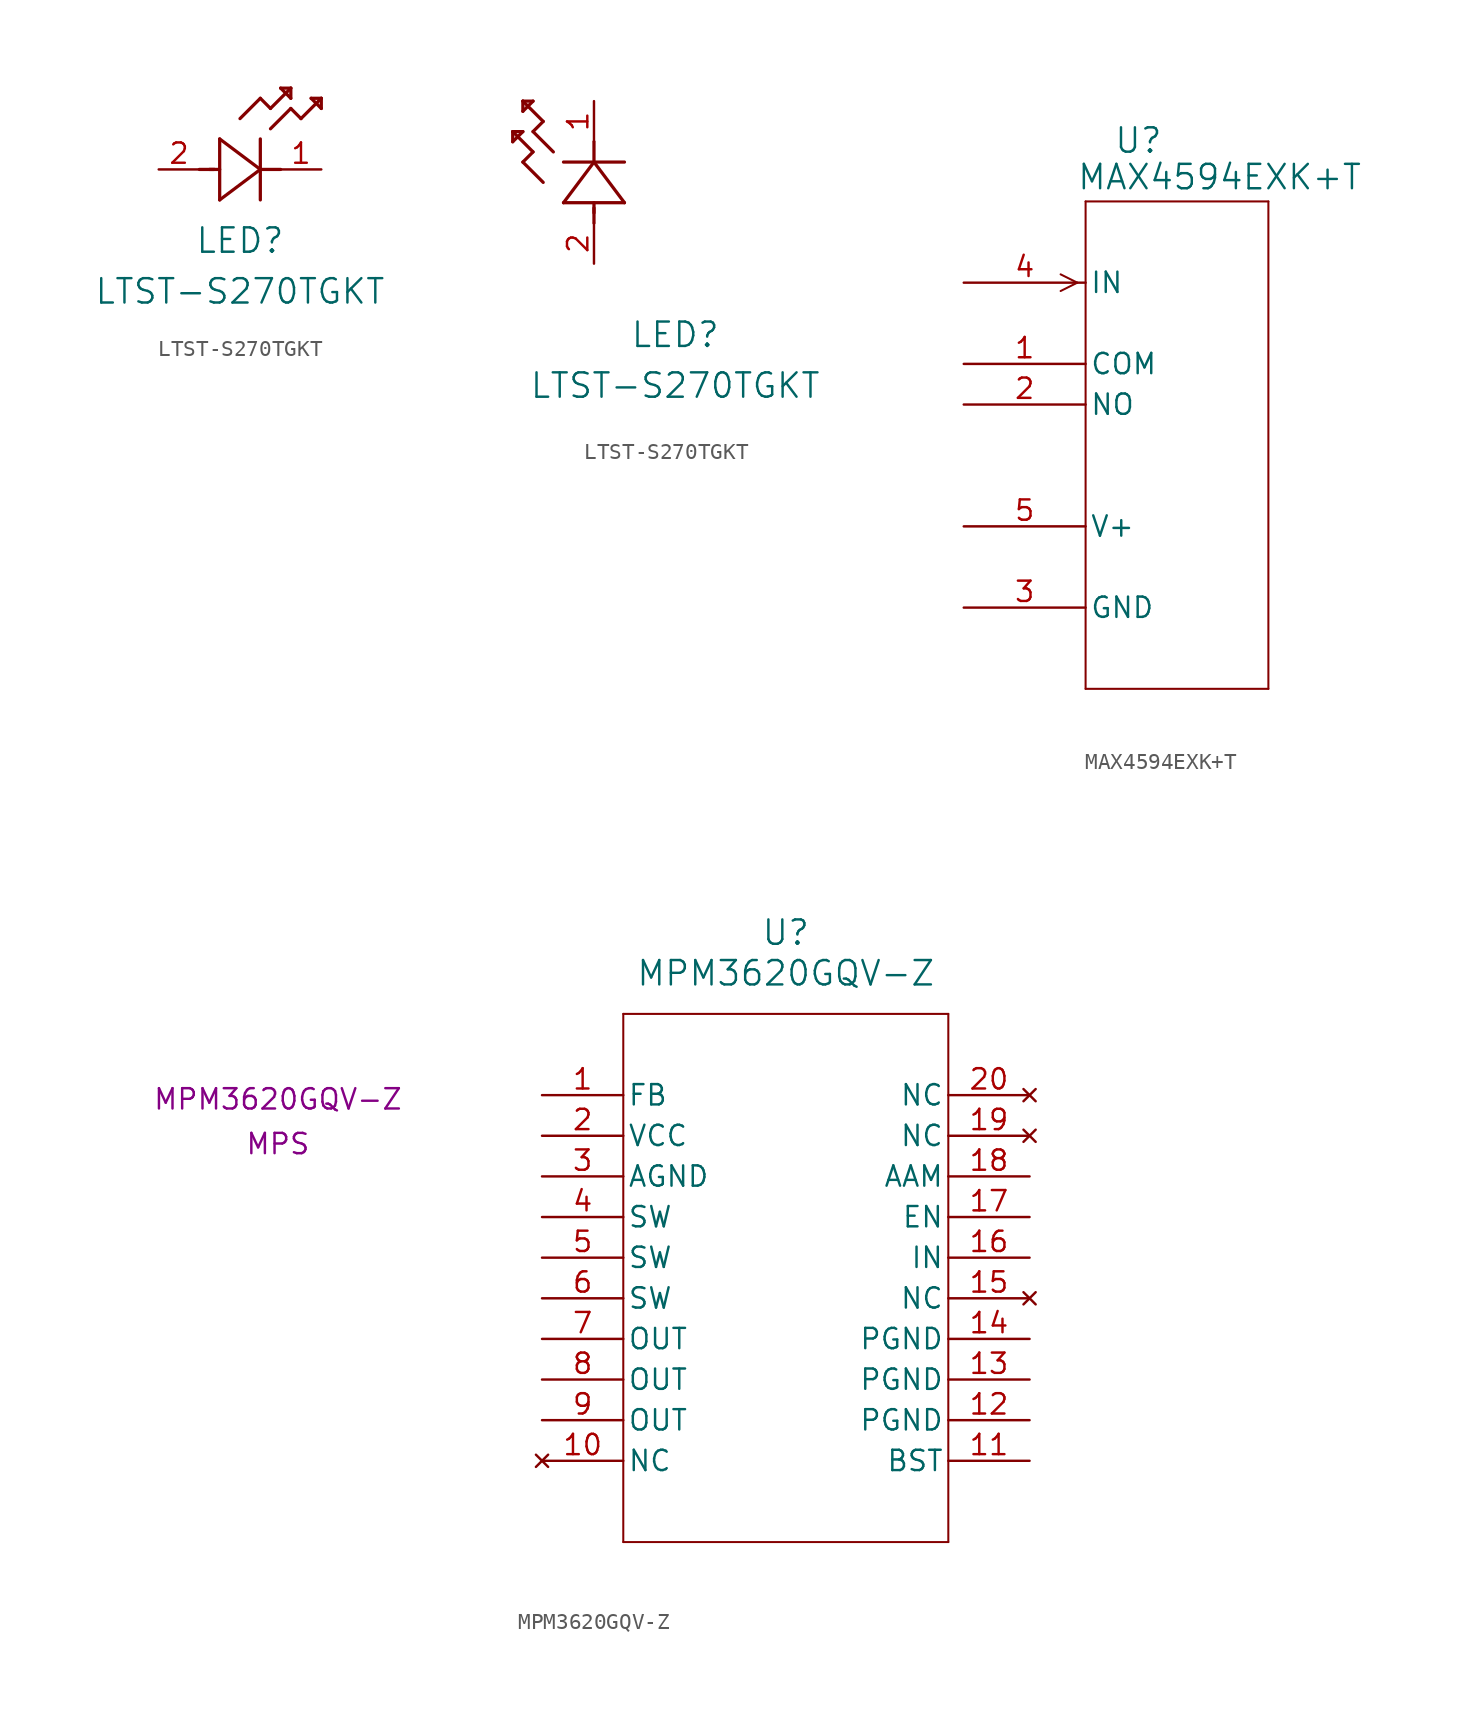
<source format=kicad_sym>
(kicad_symbol_lib
  (version 20241209)
  (generator "kicad_symbol_editor")
  (generator_version "9.0")
  (symbol "LTST-S270TGKT"
    (pin_names
      (offset 0.254))
    (property "Reference" "LED"
      (at 5.08 -4.445 0)
      (effects (font (size 1.524 1.524))))
    (property "Value" "LTST-S270TGKT"
      (at 5.08 -7.62 0)
      (effects (font (size 1.524 1.524))))
    (symbol "LTST-S270TGKT_1_1"
      (polyline (pts (xy 2.54 0) (xy 3.48 0)) (stroke (width 0.203) (type default)) (fill (type none)))
      (polyline (pts (xy 3.175 0) (xy 3.81 0)) (stroke (width 0.203) (type default)) (fill (type none)))
      (polyline (pts (xy 3.81 1.905) (xy 3.81 -1.905)) (stroke (width 0.203) (type default)) (fill (type none)))
      (polyline (pts (xy 3.81 -1.905) (xy 6.35 0)) (stroke (width 0.203) (type default)) (fill (type none)))
      (polyline (pts (xy 5.08 3.175) (xy 6.35 4.445)) (stroke (width 0.203) (type default)) (fill (type none)))
      (polyline (pts (xy 6.35 4.445) (xy 6.985 3.81)) (stroke (width 0.203) (type default)) (fill (type none)))
      (polyline (pts (xy 6.35 0) (xy 3.81 1.905)) (stroke (width 0.203) (type default)) (fill (type none)))
      (polyline (pts (xy 6.35 0) (xy 7.62 0)) (stroke (width 0.203) (type default)) (fill (type none)))
      (polyline (pts (xy 6.35 -1.905) (xy 6.35 1.905)) (stroke (width 0.203) (type default)) (fill (type none)))
      (polyline (pts (xy 6.985 3.81) (xy 8.255 5.08)) (stroke (width 0.203) (type default)) (fill (type none)))
      (polyline (pts (xy 6.985 2.54) (xy 8.255 3.81)) (stroke (width 0.203) (type default)) (fill (type none)))
      (polyline (pts (xy 7.62 5.08) (xy 8.255 4.445)) (stroke (width 0.203) (type default)) (fill (type none)))
      (polyline (pts (xy 8.255 5.08) (xy 7.62 5.08)) (stroke (width 0.203) (type default)) (fill (type none)))
      (polyline (pts (xy 8.255 4.445) (xy 8.255 5.08)) (stroke (width 0.203) (type default)) (fill (type none)))
      (polyline (pts (xy 8.255 3.81) (xy 8.89 3.175)) (stroke (width 0.203) (type default)) (fill (type none)))
      (polyline (pts (xy 8.89 3.175) (xy 10.16 4.445)) (stroke (width 0.203) (type default)) (fill (type none)))
      (polyline (pts (xy 9.525 4.445) (xy 10.16 3.81)) (stroke (width 0.203) (type default)) (fill (type none)))
      (polyline (pts (xy 10.16 4.445) (xy 9.525 4.445)) (stroke (width 0.203) (type default)) (fill (type none)))
      (polyline (pts (xy 10.16 3.81) (xy 10.16 4.445)) (stroke (width 0.203) (type default)) (fill (type none)))
      (pin unspecified line (at 0 0 0) (length 2.54) (name "" (effects (font (size 1.27 1.27)))) (number "2" (effects (font (size 1.27 1.27)))))
      (pin unspecified line (at 10.16 0 180) (length 2.54) (name "" (effects (font (size 1.27 1.27)))) (number "1" (effects (font (size 1.27 1.27))))))
    (symbol "LTST-S270TGKT_1_2"
      (polyline (pts (xy -5.08 8.255) (xy -5.08 7.62)) (stroke (width 0.203) (type default)) (fill (type none)))
      (polyline (pts (xy -5.08 7.62) (xy -4.445 8.255)) (stroke (width 0.203) (type default)) (fill (type none)))
      (polyline (pts (xy -4.445 10.16) (xy -4.445 9.525)) (stroke (width 0.203) (type default)) (fill (type none)))
      (polyline (pts (xy -4.445 9.525) (xy -3.81 10.16)) (stroke (width 0.203) (type default)) (fill (type none)))
      (polyline (pts (xy -4.445 8.255) (xy -5.08 8.255)) (stroke (width 0.203) (type default)) (fill (type none)))
      (polyline (pts (xy -4.445 6.35) (xy -3.81 6.985)) (stroke (width 0.203) (type default)) (fill (type none)))
      (polyline (pts (xy -3.81 10.16) (xy -4.445 10.16)) (stroke (width 0.203) (type default)) (fill (type none)))
      (polyline (pts (xy -3.81 8.255) (xy -3.175 8.89)) (stroke (width 0.203) (type default)) (fill (type none)))
      (polyline (pts (xy -3.81 6.985) (xy -5.08 8.255)) (stroke (width 0.203) (type default)) (fill (type none)))
      (polyline (pts (xy -3.175 8.89) (xy -4.445 10.16)) (stroke (width 0.203) (type default)) (fill (type none)))
      (polyline (pts (xy -3.175 5.08) (xy -4.445 6.35)) (stroke (width 0.203) (type default)) (fill (type none)))
      (polyline (pts (xy -2.54 6.985) (xy -3.81 8.255)) (stroke (width 0.203) (type default)) (fill (type none)))
      (polyline (pts (xy -1.905 3.81) (xy 1.905 3.81)) (stroke (width 0.203) (type default)) (fill (type none)))
      (polyline (pts (xy 0 6.35) (xy -1.905 3.81)) (stroke (width 0.203) (type default)) (fill (type none)))
      (polyline (pts (xy 0 6.35) (xy 0 7.62)) (stroke (width 0.203) (type default)) (fill (type none)))
      (polyline (pts (xy 0 3.175) (xy 0 3.81)) (stroke (width 0.203) (type default)) (fill (type none)))
      (polyline (pts (xy 0 2.54) (xy 0 3.48)) (stroke (width 0.203) (type default)) (fill (type none)))
      (polyline (pts (xy 1.905 6.35) (xy -1.905 6.35)) (stroke (width 0.203) (type default)) (fill (type none)))
      (polyline (pts (xy 1.905 3.81) (xy 0 6.35)) (stroke (width 0.203) (type default)) (fill (type none)))
      (pin unspecified line (at 0 10.16 270) (length 2.54) (name "" (effects (font (size 1.27 1.27)))) (number "1" (effects (font (size 1.27 1.27)))))
      (pin unspecified line (at 0 0 90) (length 2.54) (name "" (effects (font (size 1.27 1.27)))) (number "2" (effects (font (size 1.27 1.27)))))))
  (symbol "MAX4594EXK+T"
    (pin_names
      (offset 0.254))
    (property "Reference" "U"
      (at 10.922 8.89 0)
      (effects (font (size 1.524 1.524))))
    (property "Value" "MAX4594EXK+T"
      (at 16.002 6.604 0)
      (effects (font (size 1.524 1.524))))
    (symbol "MAX4594EXK+T_0_1"
      (polyline (pts (xy 7.099 0) (xy 6.058 0.521)) (stroke (width 0.127) (type default)) (fill (type none)))
      (polyline (pts (xy 7.099 0) (xy 6.058 -0.521)) (stroke (width 0.127) (type default)) (fill (type none)))
      (polyline (pts (xy 7.62 5.08) (xy 7.62 -25.4)) (stroke (width 0.127) (type default)) (fill (type none)))
      (polyline (pts (xy 7.62 -25.4) (xy 19.05 -25.4)) (stroke (width 0.127) (type default)) (fill (type none)))
      (polyline (pts (xy 19.05 5.08) (xy 7.62 5.08)) (stroke (width 0.127) (type default)) (fill (type none)))
      (polyline (pts (xy 19.05 -25.4) (xy 19.05 5.08)) (stroke (width 0.127) (type default)) (fill (type none)))
      (pin input line (at 0 0 0) (length 7.62) (name "IN" (effects (font (size 1.27 1.27)))) (number "4" (effects (font (size 1.27 1.27)))))
      (pin unspecified line (at 0 -5.08 0) (length 7.62) (name "COM" (effects (font (size 1.27 1.27)))) (number "1" (effects (font (size 1.27 1.27)))))
      (pin unspecified line (at 0 -7.62 0) (length 7.62) (name "NO" (effects (font (size 1.27 1.27)))) (number "2" (effects (font (size 1.27 1.27)))))
      (pin power_in line (at 0 -15.24 0) (length 7.62) (name "V+" (effects (font (size 1.27 1.27)))) (number "5" (effects (font (size 1.27 1.27)))))
      (pin power_in line (at 0 -20.32 0) (length 7.62) (name "GND" (effects (font (size 1.27 1.27)))) (number "3" (effects (font (size 1.27 1.27)))))))
  (symbol "MPM3620GQV-Z"
    (pin_names
      (offset 0.254))
    (property "Reference" "U"
      (at 20.32 10.16 0)
      (effects (font (size 1.524 1.524))))
    (property "Value" "MPM3620GQV-Z"
      (at 20.32 7.62 0)
      (effects (font (size 1.524 1.524))))
    (property "Manufacturer_Name" "MPS"
      (at -11.43 -3.048 0)
      (effects (font (size 1.27 1.27))))
    (property "Manufacturer_Part_Number" "MPM3620GQV-Z"
      (at -11.43 -0.254 0)
      (effects (font (size 1.27 1.27))))
    (symbol "MPM3620GQV-Z_0_1"
      (polyline (pts (xy 10.16 5.08) (xy 10.16 -27.94)) (stroke (width 0.127) (type default)) (fill (type none)))
      (polyline (pts (xy 10.16 -27.94) (xy 30.48 -27.94)) (stroke (width 0.127) (type default)) (fill (type none)))
      (polyline (pts (xy 30.48 5.08) (xy 10.16 5.08)) (stroke (width 0.127) (type default)) (fill (type none)))
      (polyline (pts (xy 30.48 -27.94) (xy 30.48 5.08)) (stroke (width 0.127) (type default)) (fill (type none)))
      (pin unspecified line (at 5.08 0 0) (length 5.08) (name "FB" (effects (font (size 1.27 1.27)))) (number "1" (effects (font (size 1.27 1.27)))))
      (pin power_in line (at 5.08 -2.54 0) (length 5.08) (name "VCC" (effects (font (size 1.27 1.27)))) (number "2" (effects (font (size 1.27 1.27)))))
      (pin power_out line (at 5.08 -5.08 0) (length 5.08) (name "AGND" (effects (font (size 1.27 1.27)))) (number "3" (effects (font (size 1.27 1.27)))))
      (pin output line (at 5.08 -7.62 0) (length 5.08) (name "SW" (effects (font (size 1.27 1.27)))) (number "4" (effects (font (size 1.27 1.27)))))
      (pin output line (at 5.08 -10.16 0) (length 5.08) (name "SW" (effects (font (size 1.27 1.27)))) (number "5" (effects (font (size 1.27 1.27)))))
      (pin output line (at 5.08 -12.7 0) (length 5.08) (name "SW" (effects (font (size 1.27 1.27)))) (number "6" (effects (font (size 1.27 1.27)))))
      (pin output line (at 5.08 -15.24 0) (length 5.08) (name "OUT" (effects (font (size 1.27 1.27)))) (number "7" (effects (font (size 1.27 1.27)))))
      (pin output line (at 5.08 -17.78 0) (length 5.08) (name "OUT" (effects (font (size 1.27 1.27)))) (number "8" (effects (font (size 1.27 1.27)))))
      (pin output line (at 5.08 -20.32 0) (length 5.08) (name "OUT" (effects (font (size 1.27 1.27)))) (number "9" (effects (font (size 1.27 1.27)))))
      (pin no_connect line (at 5.08 -22.86 0) (length 5.08) (name "NC" (effects (font (size 1.27 1.27)))) (number "10" (effects (font (size 1.27 1.27)))))
      (pin no_connect line (at 35.56 0 180) (length 5.08) (name "NC" (effects (font (size 1.27 1.27)))) (number "20" (effects (font (size 1.27 1.27)))))
      (pin no_connect line (at 35.56 -2.54 180) (length 5.08) (name "NC" (effects (font (size 1.27 1.27)))) (number "19" (effects (font (size 1.27 1.27)))))
      (pin unspecified line (at 35.56 -5.08 180) (length 5.08) (name "AAM" (effects (font (size 1.27 1.27)))) (number "18" (effects (font (size 1.27 1.27)))))
      (pin unspecified line (at 35.56 -7.62 180) (length 5.08) (name "EN" (effects (font (size 1.27 1.27)))) (number "17" (effects (font (size 1.27 1.27)))))
      (pin power_in line (at 35.56 -10.16 180) (length 5.08) (name "IN" (effects (font (size 1.27 1.27)))) (number "16" (effects (font (size 1.27 1.27)))))
      (pin no_connect line (at 35.56 -12.7 180) (length 5.08) (name "NC" (effects (font (size 1.27 1.27)))) (number "15" (effects (font (size 1.27 1.27)))))
      (pin power_out line (at 35.56 -15.24 180) (length 5.08) (name "PGND" (effects (font (size 1.27 1.27)))) (number "14" (effects (font (size 1.27 1.27)))))
      (pin power_out line (at 35.56 -17.78 180) (length 5.08) (name "PGND" (effects (font (size 1.27 1.27)))) (number "13" (effects (font (size 1.27 1.27)))))
      (pin power_out line (at 35.56 -20.32 180) (length 5.08) (name "PGND" (effects (font (size 1.27 1.27)))) (number "12" (effects (font (size 1.27 1.27))))))
    (symbol "MPM3620GQV-Z_1_1"
      (pin unspecified line (at 35.56 -22.86 180) (length 5.08) (name "BST" (effects (font (size 1.27 1.27)))) (number "11" (effects (font (size 1.27 1.27))))))))
</source>
